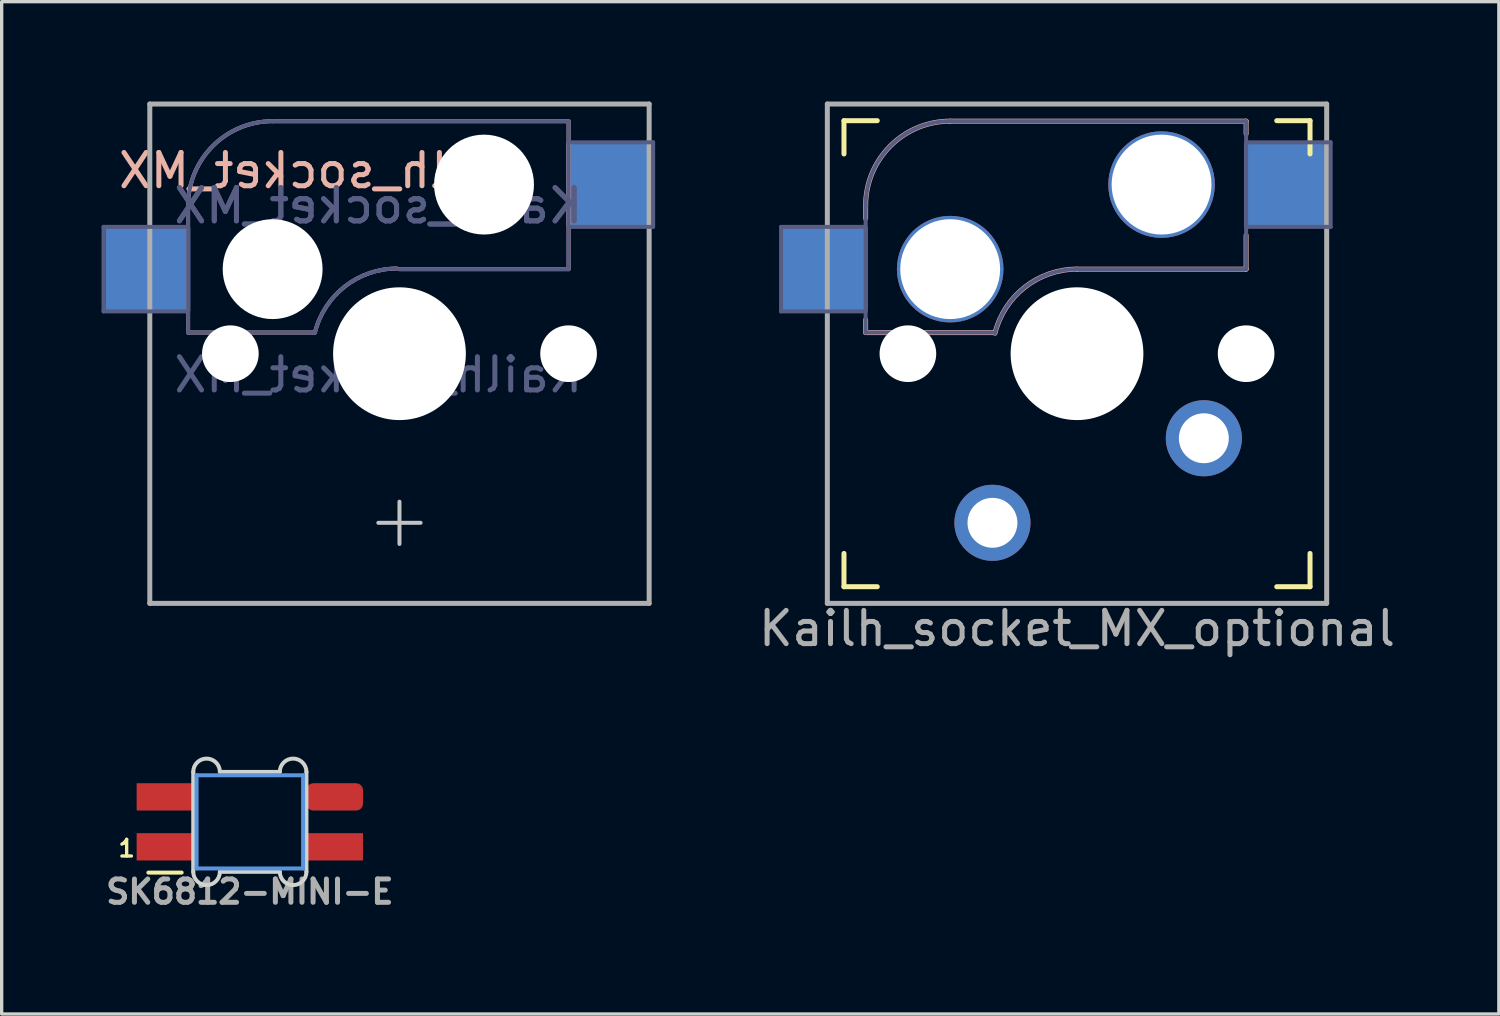
<source format=kicad_pcb>
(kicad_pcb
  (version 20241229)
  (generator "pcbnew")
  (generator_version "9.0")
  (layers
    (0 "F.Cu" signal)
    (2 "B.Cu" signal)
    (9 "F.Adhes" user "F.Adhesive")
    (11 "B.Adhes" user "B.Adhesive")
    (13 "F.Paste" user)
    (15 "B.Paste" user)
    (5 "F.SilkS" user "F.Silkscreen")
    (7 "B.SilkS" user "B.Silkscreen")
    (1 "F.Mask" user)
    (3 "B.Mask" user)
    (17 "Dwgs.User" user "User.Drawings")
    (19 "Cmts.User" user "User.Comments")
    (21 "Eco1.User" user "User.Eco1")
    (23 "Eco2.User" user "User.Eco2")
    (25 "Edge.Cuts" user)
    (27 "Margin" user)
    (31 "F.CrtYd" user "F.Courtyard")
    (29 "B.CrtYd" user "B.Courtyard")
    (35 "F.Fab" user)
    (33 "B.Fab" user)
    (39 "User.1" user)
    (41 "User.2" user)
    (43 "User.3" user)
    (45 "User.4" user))
  (footprint "Kailh_socket_MX_optional"
    (layer "F.Cu")
    (at 29.303 7.575)
    (property "Reference" "Kailh_socket_MX_optional" (at 0 8.255 180) (layer "F.Fab") (effects (font (size 1 1) (thickness 0.15))))
    (attr through_hole)
    (fp_line (start -7 -6) (end -7 -7) (stroke (width 0.15) (type solid)) (layer "F.SilkS"))
    (fp_line (start -7 7) (end -7 6) (stroke (width 0.15) (type solid)) (layer "F.SilkS"))
    (fp_line (start -7 7) (end -6 7) (stroke (width 0.15) (type solid)) (layer "F.SilkS"))
    (fp_line (start -6 -7) (end -7 -7) (stroke (width 0.15) (type solid)) (layer "F.SilkS"))
    (fp_line (start 6 7) (end 7 7) (stroke (width 0.15) (type solid)) (layer "F.SilkS"))
    (fp_line (start 7 -7) (end 6 -7) (stroke (width 0.15) (type solid)) (layer "F.SilkS"))
    (fp_line (start 7 -7) (end 7 -6) (stroke (width 0.15) (type solid)) (layer "F.SilkS"))
    (fp_line (start 7 6) (end 7 7) (stroke (width 0.15) (type solid)) (layer "F.SilkS"))
    (fp_line (start -6.35 -4.445) (end -6.35 -4.064) (stroke (width 0.15) (type solid)) (layer "B.SilkS"))
    (fp_line (start -6.35 -1.016) (end -6.35 -0.635) (stroke (width 0.15) (type solid)) (layer "B.SilkS"))
    (fp_line (start -6.35 -0.635) (end -2.5 -0.635) (stroke (width 0.15) (type solid)) (layer "B.SilkS"))
    (fp_line (start 0 -2.54) (end 5.08 -2.54) (stroke (width 0.15) (type solid)) (layer "B.SilkS"))
    (fp_line (start 5.08 -6.985) (end -3.81 -6.985) (stroke (width 0.15) (type solid)) (layer "B.SilkS"))
    (fp_line (start 5.08 -6.604) (end 5.08 -6.985) (stroke (width 0.15) (type solid)) (layer "B.SilkS"))
    (fp_line (start 5.08 -2.54) (end 5.08 -3.556) (stroke (width 0.15) (type solid)) (layer "B.SilkS"))
    (fp_arc (start -6.35 -4.445) (mid -5.606051 -6.241051) (end -3.81 -6.985) (stroke (width 0.15) (type solid)) (layer "B.SilkS"))
    (fp_arc (start -2.4638 -0.61604) (mid -1.562785 -2.002042) (end 0.000362 -2.54) (stroke (width 0.15) (type solid)) (layer "B.SilkS"))
    (fp_line (start -6.9 6.9) (end -6.9 -6.9) (stroke (width 0.15) (type solid)) (layer "Eco2.User"))
    (fp_line (start -6.9 6.9) (end 6.9 6.9) (stroke (width 0.15) (type solid)) (layer "Eco2.User"))
    (fp_line (start 6.9 -6.9) (end -6.9 -6.9) (stroke (width 0.15) (type solid)) (layer "Eco2.User"))
    (fp_line (start 6.9 -6.9) (end 6.9 6.9) (stroke (width 0.15) (type solid)) (layer "Eco2.User"))
    (fp_line (start -8.89 -3.81) (end -8.89 -1.27) (stroke (width 0.12) (type solid)) (layer "B.Fab"))
    (fp_line (start -8.89 -1.27) (end -6.35 -1.27) (stroke (width 0.12) (type solid)) (layer "B.Fab"))
    (fp_line (start -6.35 -4.445) (end -6.35 -0.635) (stroke (width 0.12) (type solid)) (layer "B.Fab"))
    (fp_line (start -6.35 -3.81) (end -8.89 -3.81) (stroke (width 0.12) (type solid)) (layer "B.Fab"))
    (fp_line (start -6.35 -0.635) (end -2.54 -0.635) (stroke (width 0.12) (type solid)) (layer "B.Fab"))
    (fp_line (start 0 -2.54) (end 5.08 -2.54) (stroke (width 0.12) (type solid)) (layer "B.Fab"))
    (fp_line (start 5.08 -6.985) (end -3.81 -6.985) (stroke (width 0.12) (type solid)) (layer "B.Fab"))
    (fp_line (start 5.08 -3.81) (end 7.62 -3.81) (stroke (width 0.12) (type solid)) (layer "B.Fab"))
    (fp_line (start 5.08 -2.54) (end 5.08 -6.985) (stroke (width 0.12) (type solid)) (layer "B.Fab"))
    (fp_line (start 7.62 -6.35) (end 5.08 -6.35) (stroke (width 0.12) (type solid)) (layer "B.Fab"))
    (fp_line (start 7.62 -3.81) (end 7.62 -6.35) (stroke (width 0.12) (type solid)) (layer "B.Fab"))
    (fp_arc (start -6.35 -4.445) (mid -5.606051 -6.241051) (end -3.81 -6.985) (stroke (width 0.12) (type solid)) (layer "B.Fab"))
    (fp_arc (start -2.464162 -0.61604) (mid -1.563147 -2.002042) (end 0 -2.54) (stroke (width 0.12) (type solid)) (layer "B.Fab"))
    (fp_line (start -7.5 -7.5) (end 7.5 -7.5) (stroke (width 0.15) (type solid)) (layer "F.Fab"))
    (fp_line (start -7.5 7.5) (end -7.5 -7.5) (stroke (width 0.15) (type solid)) (layer "F.Fab"))
    (fp_line (start 7.5 -7.5) (end 7.5 7.5) (stroke (width 0.15) (type solid)) (layer "F.Fab"))
    (fp_line (start 7.5 7.5) (end -7.5 7.5) (stroke (width 0.15) (type solid)) (layer "F.Fab"))
    (pad "" np_thru_hole circle (at -5.08 0) (size 1.702 1.702) (drill 1.702) (layers "*.Cu" "*.Mask"))
    (pad "" np_thru_hole circle (at 0 0 180) (size 3.988 3.988) (drill 3.988) (layers "*.Cu" "*.Mask"))
    (pad "" np_thru_hole circle (at 5.08 0) (size 1.702 1.702) (drill 1.702) (layers "*.Cu" "*.Mask"))
    (pad "1" thru_hole circle (at -2.54 5.08 180) (size 2.286 2.286) (drill 1.499) (layers "*.Cu" "*.Mask"))
    (pad "1" thru_hole circle (at 2.54 -5.08 180) (size 3.2 3.2) (drill 3) (layers "*.Cu" "*.Mask"))
    (pad "1" smd rect (at 6.29 -5.08 180) (size 2.55 2.5) (layers "B.Cu" "B.Mask" "B.Paste"))
    (pad "2" smd rect (at -7.56 -2.54 180) (size 2.55 2.5) (layers "B.Cu" "B.Mask" "B.Paste"))
    (pad "2" thru_hole circle (at -3.81 -2.54 180) (size 3.2 3.2) (drill 3) (layers "*.Cu" "*.Mask"))
    (pad "2" thru_hole circle (at 3.81 2.54 180) (size 2.286 2.286) (drill 1.499) (layers "*.Cu" "*.Mask")))
  (footprint "SK6812-MINI-E"
    (layer "F.Cu")
    (at 4.455 21.638)
    (property "Reference" "SK6812-MINI-E" (at 0 2.1 0) (unlocked yes) (layer "F.Fab") (effects (font (size 0.7 0.7) (thickness 0.15))))
    (attr smd)
    (fp_line (start -2.048 1.524) (end -3.048 1.524) (stroke (width 0.12) (type solid)) (layer "F.SilkS"))
    (fp_line (start -1.6 -1.4) (end 1.6 -1.4) (stroke (width 0.12) (type solid)) (layer "Cmts.User"))
    (fp_line (start -1.6 1.4) (end -1.6 -1.4) (stroke (width 0.12) (type solid)) (layer "Cmts.User"))
    (fp_line (start 1.6 -1.4) (end 1.6 1.4) (stroke (width 0.12) (type solid)) (layer "Cmts.User"))
    (fp_line (start 1.6 1.4) (end -1.6 1.4) (stroke (width 0.12) (type solid)) (layer "Cmts.User"))
    (fp_line (start -1.7 1.5) (end -1.7 -1.5) (stroke (width 0.12) (type solid)) (layer "Edge.Cuts"))
    (fp_line (start -0.9 -1.5) (end 0.9 -1.5) (stroke (width 0.12) (type solid)) (layer "Edge.Cuts"))
    (fp_line (start 0.9 1.5) (end -0.9 1.5) (stroke (width 0.12) (type solid)) (layer "Edge.Cuts"))
    (fp_line (start 1.7 -1.5) (end 1.7 1.5) (stroke (width 0.12) (type solid)) (layer "Edge.Cuts"))
    (fp_arc (start -1.7 -1.5) (mid -1.3 -1.9) (end -0.9 -1.5) (stroke (width 0.12) (type solid)) (layer "Edge.Cuts"))
    (fp_arc (start -0.9 1.5) (mid -1.3 1.9) (end -1.7 1.5) (stroke (width 0.12) (type solid)) (layer "Edge.Cuts"))
    (fp_arc (start 0.9 -1.5) (mid 1.3 -1.9) (end 1.7 -1.5) (stroke (width 0.12) (type solid)) (layer "Edge.Cuts"))
    (fp_arc (start 1.7 1.5) (mid 1.3 1.9) (end 0.9 1.5) (stroke (width 0.12) (type solid)) (layer "Edge.Cuts"))
    (fp_text user "1" (at -3.7 0.8 0) (unlocked yes) (layer "F.SilkS") (effects (font (size 0.5 0.5) (thickness 0.1))))
    (pad "1" smd rect (at -2.55 0.75) (size 1.7 0.82) (layers "F.Cu" "F.Mask" "F.Paste"))
    (pad "2" smd rect (at -2.55 -0.75) (size 1.7 0.82) (layers "F.Cu" "F.Mask" "F.Paste"))
    (pad "3" smd roundrect (at 2.55 -0.75) (size 1.7 0.82) (layers "F.Cu" "F.Mask" "F.Paste") (roundrect_rratio 0.25))
    (pad "4" smd rect (at 2.55 0.75) (size 1.7 0.82) (layers "F.Cu" "F.Mask" "F.Paste")))
  (footprint "Kailh_socket_MX"
    (layer "F.Cu")
    (at 8.95 7.575)
    (property "Reference" "Kailh_socket_MX" (at -2.3 -5.5 0) (layer "B.SilkS") (effects (font (size 1 1) (thickness 0.15)) (justify mirror)))
    (property "Value" "Kailh_socket_MX" (at 0 8.255 0) (layer "F.Fab") (hide yes) (effects (font (size 1 1) (thickness 0.15))))
    (attr smd)
    (fp_line (start -6.35 -0.635) (end -6.35 -4.445) (stroke (width 0.12) (type solid)) (layer "B.SilkS"))
    (fp_line (start -6.35 -0.635) (end -2.54 -0.635) (stroke (width 0.12) (type solid)) (layer "B.SilkS"))
    (fp_line (start -3.81 -6.985) (end 5.08 -6.985) (stroke (width 0.12) (type solid)) (layer "B.SilkS"))
    (fp_line (start 5.08 -6.985) (end 5.08 -2.54) (stroke (width 0.12) (type solid)) (layer "B.SilkS"))
    (fp_line (start 5.08 -2.54) (end 0 -2.54) (stroke (width 0.12) (type solid)) (layer "B.SilkS"))
    (fp_arc (start -6.35 -4.445) (mid -5.606051 -6.241051) (end -3.81 -6.985) (stroke (width 0.12) (type solid)) (layer "B.SilkS"))
    (fp_arc (start -2.54 -0.635) (mid -1.638985 -2.021002) (end -0.075838 -2.55896) (stroke (width 0.12) (type solid)) (layer "B.SilkS"))
    (fp_line (start -0.635 5.08) (end 0.635 5.08) (stroke (width 0.12) (type solid)) (layer "Dwgs.User"))
    (fp_line (start 0 4.445) (end 0 5.715) (stroke (width 0.12) (type solid)) (layer "Dwgs.User"))
    (fp_line (start -6.9 6.9) (end -6.9 -6.9) (stroke (width 0.15) (type solid)) (layer "Eco2.User"))
    (fp_line (start -6.9 6.9) (end 6.9 6.9) (stroke (width 0.15) (type solid)) (layer "Eco2.User"))
    (fp_line (start 6.9 -6.9) (end -6.9 -6.9) (stroke (width 0.15) (type solid)) (layer "Eco2.User"))
    (fp_line (start 6.9 -6.9) (end 6.9 6.9) (stroke (width 0.15) (type solid)) (layer "Eco2.User"))
    (fp_line (start -8.89 -3.81) (end -6.35 -3.81) (stroke (width 0.12) (type solid)) (layer "B.Fab"))
    (fp_line (start -8.89 -1.27) (end -8.89 -3.81) (stroke (width 0.12) (type solid)) (layer "B.Fab"))
    (fp_line (start -6.35 -1.27) (end -8.89 -1.27) (stroke (width 0.12) (type solid)) (layer "B.Fab"))
    (fp_line (start -6.35 -0.635) (end -6.35 -4.445) (stroke (width 0.12) (type solid)) (layer "B.Fab"))
    (fp_line (start -6.35 -0.635) (end -2.54 -0.635) (stroke (width 0.12) (type solid)) (layer "B.Fab"))
    (fp_line (start -3.81 -6.985) (end 5.08 -6.985) (stroke (width 0.12) (type solid)) (layer "B.Fab"))
    (fp_line (start 5.08 -6.985) (end 5.08 -2.54) (stroke (width 0.12) (type solid)) (layer "B.Fab"))
    (fp_line (start 5.08 -6.35) (end 7.62 -6.35) (stroke (width 0.12) (type solid)) (layer "B.Fab"))
    (fp_line (start 5.08 -2.54) (end 0 -2.54) (stroke (width 0.12) (type solid)) (layer "B.Fab"))
    (fp_line (start 7.62 -6.35) (end 7.62 -3.81) (stroke (width 0.12) (type solid)) (layer "B.Fab"))
    (fp_line (start 7.62 -3.81) (end 5.08 -3.81) (stroke (width 0.12) (type solid)) (layer "B.Fab"))
    (fp_arc (start -6.35 -4.445) (mid -5.606051 -6.241051) (end -3.81 -6.985) (stroke (width 0.12) (type solid)) (layer "B.Fab"))
    (fp_arc (start -2.54 -0.635) (mid -1.638985 -2.021002) (end -0.075838 -2.55896) (stroke (width 0.12) (type solid)) (layer "B.Fab"))
    (fp_line (start -7.5 -7.5) (end 7.5 -7.5) (stroke (width 0.15) (type solid)) (layer "F.Fab"))
    (fp_line (start -7.5 7.5) (end -7.5 -7.5) (stroke (width 0.15) (type solid)) (layer "F.Fab"))
    (fp_line (start 7.5 -7.5) (end 7.5 7.5) (stroke (width 0.15) (type solid)) (layer "F.Fab"))
    (fp_line (start 7.5 7.5) (end -7.5 7.5) (stroke (width 0.15) (type solid)) (layer "F.Fab"))
    (fp_text user "${REFERENCE}" (at -0.635 -4.445 0) (layer "B.Fab") (effects (font (size 1 1) (thickness 0.15)) (justify mirror)))
    (fp_text user "${VALUE}" (at -0.635 0.635 0) (layer "B.Fab") (effects (font (size 1 1) (thickness 0.15)) (justify mirror)))
    (fp_text user "${REFERENCE}" (at -0.635 -4.445 0) (layer "B.Fab") (effects (font (size 1 1) (thickness 0.15)) (justify mirror)))
    (pad "" np_thru_hole circle (at -5.08 0) (size 1.702 1.702) (drill 1.702) (layers "*.Cu" "*.Mask"))
    (pad "" np_thru_hole circle (at -3.81 -2.54) (size 3 3) (drill 3) (layers "*.Cu" "*.Mask"))
    (pad "" np_thru_hole circle (at 0 0) (size 3.988 3.988) (drill 3.988) (layers "*.Cu" "*.Mask"))
    (pad "" np_thru_hole circle (at 2.54 -5.08) (size 3 3) (drill 3) (layers "*.Cu" "*.Mask"))
    (pad "" np_thru_hole circle (at 5.08 0) (size 1.702 1.702) (drill 1.702) (layers "*.Cu" "*.Mask"))
    (pad "1" smd rect (at -7.56 -2.54) (size 2.55 2.5) (layers "B.Cu" "B.Mask" "B.Paste"))
    (pad "2" smd rect (at 6.29 -5.08) (size 2.55 2.5) (layers "B.Cu" "B.Mask" "B.Paste")))
  (gr_rect
    (start -3 -3)
    (end 41.975 27.411)
    (stroke (width 0.1) (type default))
    (fill no)
    (layer "Edge.Cuts")))
</source>
